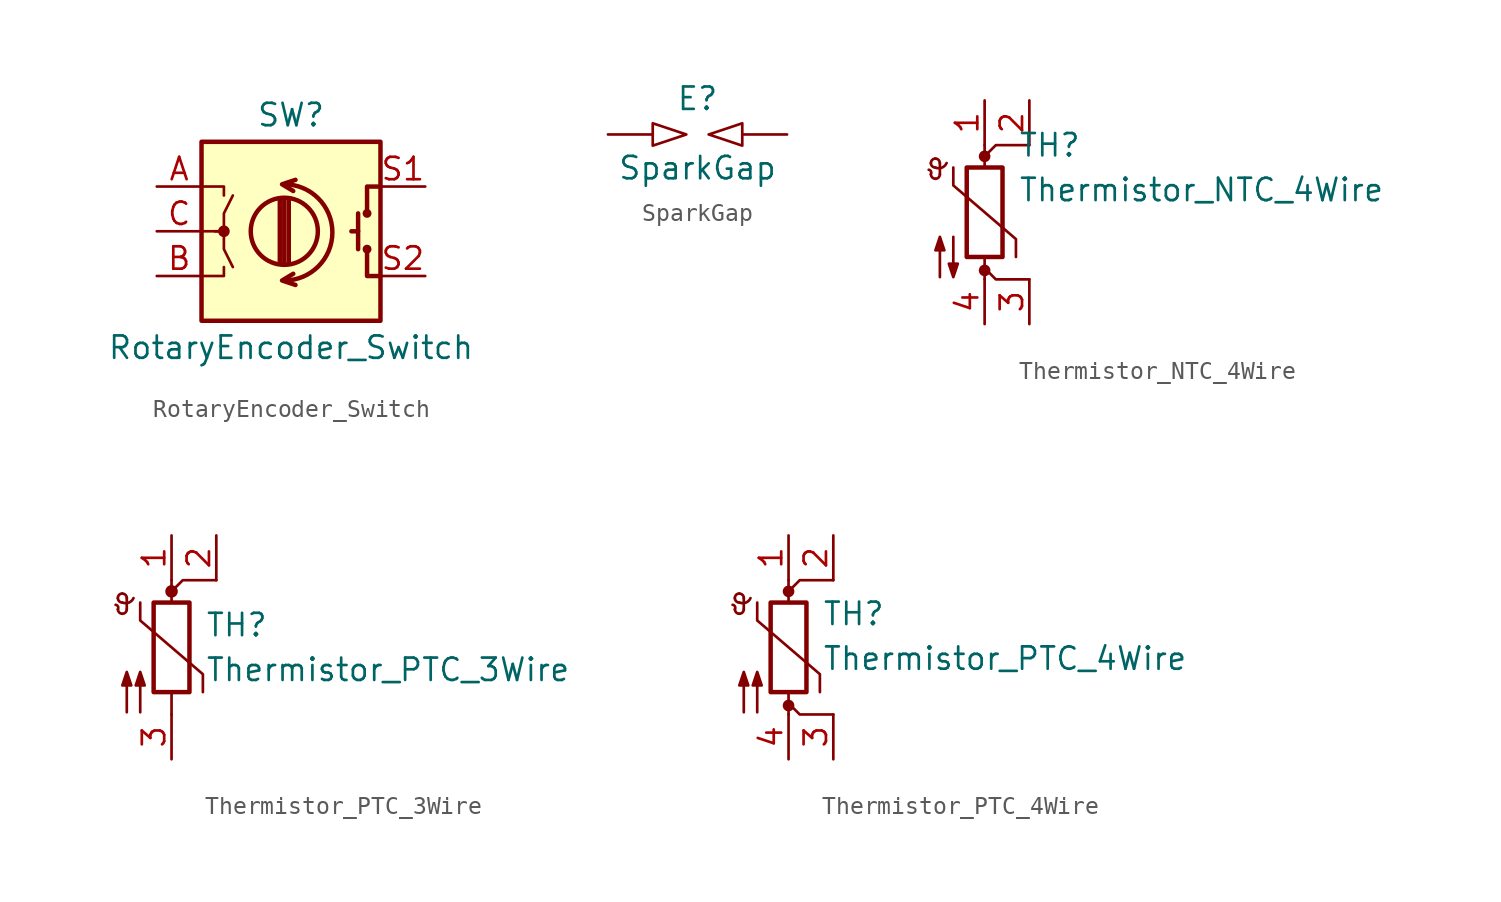
<source format=kicad_sym>
(kicad_symbol_lib
  (version 20201005)
  (generator kicad_symbol_editor)
  (symbol "RotaryEncoder_Switch"
    (pin_names
      (offset 0.254) hide)
    (property "Reference" "SW"
      (at 0 6.604 0)
      (effects (font (size 1.27 1.27))))
    (property "Value" "RotaryEncoder_Switch"
      (at 0 -6.604 0)
      (effects (font (size 1.27 1.27))))
    (symbol "RotaryEncoder_Switch_0_1"
      (arc (start -0.381 -2.794) (end -0.381 2.667) (radius (at -0.381 -0.0508) (length 2.7432) (angles -89.9 89.9)) (stroke (width 0.254)) (fill (type none)))
      (circle (center -0.381 0) (radius 1.905) (stroke (width 0.254)) (fill (type none)))
      (circle (center 4.318 -1.016) (radius 0.127) (stroke (width 0.254)) (fill (type none)))
      (circle (center 4.318 1.016) (radius 0.127) (stroke (width 0.254)) (fill (type none)))
      (circle (center -3.81 0) (radius 0.254) (stroke (width 0)) (fill (type outline)))
      (rectangle (start -5.08 5.08) (end 5.08 -5.08) (stroke (width 0.254)) (fill (type background)))
      (polyline (pts (xy -0.635 -1.778) (xy -0.635 1.778)) (stroke (width 0.254)) (fill (type none)))
      (polyline (pts (xy -0.381 -1.778) (xy -0.381 1.778)) (stroke (width 0.254)) (fill (type none)))
      (polyline (pts (xy -0.127 1.778) (xy -0.127 -1.778)) (stroke (width 0.254)) (fill (type none)))
      (polyline (pts (xy 3.81 0) (xy 3.429 0)) (stroke (width 0.254)) (fill (type none)))
      (polyline (pts (xy 3.81 1.016) (xy 3.81 -1.016)) (stroke (width 0.254)) (fill (type none)))
      (polyline (pts (xy -5.08 -2.54) (xy -3.81 -2.54) (xy -3.81 -2.032)) (stroke (width 0)) (fill (type none)))
      (polyline (pts (xy -5.08 2.54) (xy -3.81 2.54) (xy -3.81 2.032)) (stroke (width 0)) (fill (type none)))
      (polyline (pts (xy 0.254 -3.048) (xy -0.508 -2.794) (xy 0.127 -2.413)) (stroke (width 0.254)) (fill (type none)))
      (polyline (pts (xy 0.254 2.921) (xy -0.508 2.667) (xy 0.127 2.286)) (stroke (width 0.254)) (fill (type none)))
      (polyline (pts (xy 5.08 -2.54) (xy 4.318 -2.54) (xy 4.318 -1.016)) (stroke (width 0.254)) (fill (type none)))
      (polyline (pts (xy 5.08 2.54) (xy 4.318 2.54) (xy 4.318 1.016)) (stroke (width 0.254)) (fill (type none)))
      (polyline (pts (xy -5.08 0) (xy -3.81 0) (xy -3.81 -1.016) (xy -3.302 -2.032)) (stroke (width 0)) (fill (type none)))
      (polyline (pts (xy -4.318 0) (xy -3.81 0) (xy -3.81 1.016) (xy -3.302 2.032)) (stroke (width 0)) (fill (type none))))
    (symbol "RotaryEncoder_Switch_1_1"
      (pin passive line (at -7.62 2.54 0) (length 2.54) (name "A" (effects (font (size 1.27 1.27)))) (number "A" (effects (font (size 1.27 1.27)))))
      (pin passive line (at -7.62 -2.54 0) (length 2.54) (name "B" (effects (font (size 1.27 1.27)))) (number "B" (effects (font (size 1.27 1.27)))))
      (pin passive line (at -7.62 0 0) (length 2.54) (name "C" (effects (font (size 1.27 1.27)))) (number "C" (effects (font (size 1.27 1.27)))))
      (pin passive line (at 7.62 2.54 180) (length 2.54) (name "S1" (effects (font (size 1.27 1.27)))) (number "S1" (effects (font (size 1.27 1.27)))))
      (pin passive line (at 7.62 -2.54 180) (length 2.54) (name "S2" (effects (font (size 1.27 1.27)))) (number "S2" (effects (font (size 1.27 1.27)))))))
  (symbol "SparkGap"
    (pin_numbers hide)
    (pin_names
      (offset 0))
    (property "Reference" "E"
      (at 0 2.032 0)
      (effects (font (size 1.27 1.27))))
    (property "Value" "SparkGap"
      (at 0 -1.905 0)
      (effects (font (size 1.27 1.27))))
    (symbol "SparkGap_0_1"
      (polyline (pts (xy -2.54 0.635) (xy -2.54 -0.635) (xy -0.635 0) (xy -2.54 0.635)) (stroke (width 0)) (fill (type none)))
      (polyline (pts (xy 2.54 0.635) (xy 2.54 -0.635) (xy 0.635 0) (xy 2.54 0.635)) (stroke (width 0)) (fill (type none))))
    (symbol "SparkGap_1_1"
      (pin passive line (at -5.08 0 0) (length 2.54) (name "~" (effects (font (size 1.27 1.27)))) (number "1" (effects (font (size 1.27 1.27)))))
      (pin passive line (at 5.08 0 180) (length 2.54) (name "~" (effects (font (size 1.27 1.27)))) (number "2" (effects (font (size 1.27 1.27)))))))
  (symbol "Thermistor_NTC_4Wire"
    (pin_names
      (offset 0))
    (property "Reference" "TH"
      (at 1.905 3.81 0)
      (effects (font (size 1.27 1.27)) (justify left)))
    (property "Value" "Thermistor_NTC_4Wire"
      (at 1.905 1.27 0)
      (effects (font (size 1.27 1.27)) (justify left)))
    (symbol "Thermistor_NTC_4Wire_0_1"
      (arc (start -3.048 2.159) (end -3.175 2.413) (radius (at -3.2004 2.2352) (length 0.1778) (angles -26.5 81.8)) (stroke (width 0)) (fill (type none)))
      (arc (start -3.048 2.159) (end -2.794 1.905) (radius (at -2.794 2.159) (length 0.254) (angles 180 -90)) (stroke (width 0)) (fill (type none)))
      (arc (start -2.794 1.905) (end -2.54 2.159) (radius (at -2.794 2.159) (length 0.254) (angles -90 0)) (stroke (width 0)) (fill (type none)))
      (arc (start -2.54 2.794) (end -2.794 3.048) (radius (at -2.794 2.794) (length 0.254) (angles 0 90)) (stroke (width 0)) (fill (type none)))
      (arc (start -2.794 3.048) (end -3.048 2.794) (radius (at -2.794 2.794) (length 0.254) (angles 90 180)) (stroke (width 0)) (fill (type none)))
      (arc (start -3.048 2.794) (end -2.794 2.54) (radius (at -2.794 2.794) (length 0.254) (angles 180 -90)) (stroke (width 0)) (fill (type none)))
      (arc (start -2.794 2.54) (end -2.159 2.794) (radius (at -2.6416 3.0226) (length 0.508) (angles -107.5 -25.3)) (stroke (width 0)) (fill (type none)))
      (circle (center 0 -3.302) (radius 0.254) (stroke (width 0)) (fill (type outline)))
      (circle (center 0 3.175) (radius 0.254) (stroke (width 0)) (fill (type outline)))
      (rectangle (start -1.016 2.54) (end 1.016 -2.54) (stroke (width 0.254)) (fill (type none)))
      (polyline (pts (xy -2.54 2.159) (xy -2.54 2.794)) (stroke (width 0)) (fill (type none)))
      (polyline (pts (xy 0 -3.81) (xy 0 -2.54)) (stroke (width 0)) (fill (type none)))
      (polyline (pts (xy 0 3.175) (xy 0 3.175)) (stroke (width 0)) (fill (type none)))
      (polyline (pts (xy 0 3.81) (xy 0 2.54)) (stroke (width 0)) (fill (type none)))
      (polyline (pts (xy 2.54 -3.81) (xy 0.635 -3.81) (xy 0 -3.175)) (stroke (width 0)) (fill (type none)))
      (polyline (pts (xy 2.54 3.81) (xy 0.635 3.81) (xy 0 3.175)) (stroke (width 0)) (fill (type none)))
      (polyline (pts (xy -1.778 2.54) (xy -1.778 1.524) (xy 1.778 -1.524) (xy 1.778 -2.54)) (stroke (width 0)) (fill (type none)))
      (polyline (pts (xy -2.54 -3.683) (xy -2.54 -1.397) (xy -2.794 -2.159) (xy -2.286 -2.159) (xy -2.54 -1.397) (xy -2.54 -1.651)) (stroke (width 0)) (fill (type outline)))
      (polyline (pts (xy -1.778 -1.397) (xy -1.778 -3.683) (xy -2.032 -2.921) (xy -1.524 -2.921) (xy -1.778 -3.683) (xy -1.778 -3.429)) (stroke (width 0)) (fill (type outline))))
    (symbol "Thermistor_NTC_4Wire_1_1"
      (pin passive line (at 0 6.35 270) (length 2.54) (name "~" (effects (font (size 1.27 1.27)))) (number "1" (effects (font (size 1.27 1.27)))))
      (pin passive line (at 2.54 6.35 270) (length 2.54) (name "~" (effects (font (size 1.27 1.27)))) (number "2" (effects (font (size 1.27 1.27)))))
      (pin passive line (at 2.54 -6.35 90) (length 2.54) (name "~" (effects (font (size 1.27 1.27)))) (number "3" (effects (font (size 1.27 1.27)))))
      (pin passive line (at 0 -6.35 90) (length 2.54) (name "~" (effects (font (size 1.27 1.27)))) (number "4" (effects (font (size 1.27 1.27)))))))
  (symbol "Thermistor_PTC_3Wire"
    (pin_names
      (offset 0))
    (property "Reference" "TH"
      (at 1.905 1.27 0)
      (effects (font (size 1.27 1.27)) (justify left)))
    (property "Value" "Thermistor_PTC_3Wire"
      (at 1.905 -1.27 0)
      (effects (font (size 1.27 1.27)) (justify left)))
    (symbol "Thermistor_PTC_3Wire_0_1"
      (arc (start -3.048 2.159) (end -3.175 2.413) (radius (at -3.2004 2.2352) (length 0.1778) (angles -26.5 81.8)) (stroke (width 0)) (fill (type none)))
      (arc (start -3.048 2.159) (end -2.794 1.905) (radius (at -2.794 2.159) (length 0.254) (angles 180 -90)) (stroke (width 0)) (fill (type none)))
      (arc (start -2.794 1.905) (end -2.54 2.159) (radius (at -2.794 2.159) (length 0.254) (angles -90 0)) (stroke (width 0)) (fill (type none)))
      (arc (start -2.54 2.794) (end -2.794 3.048) (radius (at -2.794 2.794) (length 0.254) (angles 0 90)) (stroke (width 0)) (fill (type none)))
      (arc (start -2.794 3.048) (end -3.048 2.794) (radius (at -2.794 2.794) (length 0.254) (angles 90 180)) (stroke (width 0)) (fill (type none)))
      (arc (start -3.048 2.794) (end -2.794 2.54) (radius (at -2.794 2.794) (length 0.254) (angles 180 -90)) (stroke (width 0)) (fill (type none)))
      (arc (start -2.794 2.54) (end -2.159 2.794) (radius (at -2.6416 3.0226) (length 0.508) (angles -107.5 -25.3)) (stroke (width 0)) (fill (type none)))
      (circle (center 0 3.175) (radius 0.279) (stroke (width 0)) (fill (type outline)))
      (rectangle (start -1.016 2.54) (end 1.016 -2.54) (stroke (width 0.254)) (fill (type none)))
      (polyline (pts (xy -2.54 2.159) (xy -2.54 2.794)) (stroke (width 0)) (fill (type none)))
      (polyline (pts (xy 0 -3.81) (xy 0 -2.54)) (stroke (width 0)) (fill (type none)))
      (polyline (pts (xy 0 3.81) (xy 0 2.54)) (stroke (width 0)) (fill (type none)))
      (polyline (pts (xy 2.54 3.81) (xy 0.635 3.81) (xy 0 3.175)) (stroke (width 0)) (fill (type none)))
      (polyline (pts (xy -1.778 2.54) (xy -1.778 1.524) (xy 1.778 -1.524) (xy 1.778 -2.54)) (stroke (width 0)) (fill (type none)))
      (polyline (pts (xy -2.54 -3.683) (xy -2.54 -1.397) (xy -2.794 -2.159) (xy -2.286 -2.159) (xy -2.54 -1.397) (xy -2.54 -1.651)) (stroke (width 0)) (fill (type outline)))
      (polyline (pts (xy -1.778 -3.683) (xy -1.778 -1.397) (xy -2.032 -2.159) (xy -1.524 -2.159) (xy -1.778 -1.397) (xy -1.778 -1.651)) (stroke (width 0)) (fill (type outline))))
    (symbol "Thermistor_PTC_3Wire_1_1"
      (pin passive line (at 0 6.35 270) (length 2.54) (name "~" (effects (font (size 1.27 1.27)))) (number "1" (effects (font (size 1.27 1.27)))))
      (pin passive line (at 2.54 6.35 270) (length 2.54) (name "~" (effects (font (size 1.27 1.27)))) (number "2" (effects (font (size 1.27 1.27)))))
      (pin passive line (at 0 -6.35 90) (length 2.54) (name "~" (effects (font (size 1.27 1.27)))) (number "3" (effects (font (size 1.27 1.27)))))))
  (symbol "Thermistor_PTC_4Wire"
    (pin_names
      (offset 0))
    (property "Reference" "TH"
      (at 1.905 1.905 0)
      (effects (font (size 1.27 1.27)) (justify left)))
    (property "Value" "Thermistor_PTC_4Wire"
      (at 1.905 -0.635 0)
      (effects (font (size 1.27 1.27)) (justify left)))
    (symbol "Thermistor_PTC_4Wire_0_1"
      (arc (start -3.048 2.159) (end -3.175 2.413) (radius (at -3.2004 2.2352) (length 0.1778) (angles -26.5 81.8)) (stroke (width 0)) (fill (type none)))
      (arc (start -3.048 2.159) (end -2.794 1.905) (radius (at -2.794 2.159) (length 0.254) (angles 180 -90)) (stroke (width 0)) (fill (type none)))
      (arc (start -2.794 1.905) (end -2.54 2.159) (radius (at -2.794 2.159) (length 0.254) (angles -90 0)) (stroke (width 0)) (fill (type none)))
      (arc (start -2.54 2.794) (end -2.794 3.048) (radius (at -2.794 2.794) (length 0.254) (angles 0 90)) (stroke (width 0)) (fill (type none)))
      (arc (start -2.794 3.048) (end -3.048 2.794) (radius (at -2.794 2.794) (length 0.254) (angles 90 180)) (stroke (width 0)) (fill (type none)))
      (arc (start -3.048 2.794) (end -2.794 2.54) (radius (at -2.794 2.794) (length 0.254) (angles 180 -90)) (stroke (width 0)) (fill (type none)))
      (arc (start -2.794 2.54) (end -2.159 2.794) (radius (at -2.6416 3.0226) (length 0.508) (angles -107.5 -25.3)) (stroke (width 0)) (fill (type none)))
      (circle (center 0 -3.302) (radius 0.254) (stroke (width 0)) (fill (type outline)))
      (circle (center 0 3.175) (radius 0.254) (stroke (width 0)) (fill (type outline)))
      (rectangle (start -1.016 2.54) (end 1.016 -2.54) (stroke (width 0.254)) (fill (type none)))
      (polyline (pts (xy -2.54 2.159) (xy -2.54 2.794)) (stroke (width 0)) (fill (type none)))
      (polyline (pts (xy 0 -3.81) (xy 0 -2.54)) (stroke (width 0)) (fill (type none)))
      (polyline (pts (xy 0 3.175) (xy 0 3.175)) (stroke (width 0)) (fill (type none)))
      (polyline (pts (xy 0 3.81) (xy 0 2.54)) (stroke (width 0)) (fill (type none)))
      (polyline (pts (xy 2.54 -3.81) (xy 0.635 -3.81) (xy 0 -3.175)) (stroke (width 0)) (fill (type none)))
      (polyline (pts (xy 2.54 3.81) (xy 0.635 3.81) (xy 0 3.175)) (stroke (width 0)) (fill (type none)))
      (polyline (pts (xy -1.778 2.54) (xy -1.778 1.524) (xy 1.778 -1.524) (xy 1.778 -2.54)) (stroke (width 0)) (fill (type none)))
      (polyline (pts (xy -2.54 -3.683) (xy -2.54 -1.397) (xy -2.794 -2.159) (xy -2.286 -2.159) (xy -2.54 -1.397) (xy -2.54 -1.651)) (stroke (width 0)) (fill (type outline)))
      (polyline (pts (xy -1.778 -3.683) (xy -1.778 -1.397) (xy -2.032 -2.159) (xy -1.524 -2.159) (xy -1.778 -1.397) (xy -1.778 -1.651)) (stroke (width 0)) (fill (type outline))))
    (symbol "Thermistor_PTC_4Wire_1_1"
      (pin passive line (at 0 6.35 270) (length 2.54) (name "~" (effects (font (size 1.27 1.27)))) (number "1" (effects (font (size 1.27 1.27)))))
      (pin passive line (at 2.54 6.35 270) (length 2.54) (name "~" (effects (font (size 1.27 1.27)))) (number "2" (effects (font (size 1.27 1.27)))))
      (pin passive line (at 2.54 -6.35 90) (length 2.54) (name "~" (effects (font (size 1.27 1.27)))) (number "3" (effects (font (size 1.27 1.27)))))
      (pin passive line (at 0 -6.35 90) (length 2.54) (name "~" (effects (font (size 1.27 1.27)))) (number "4" (effects (font (size 1.27 1.27))))))))
</source>
